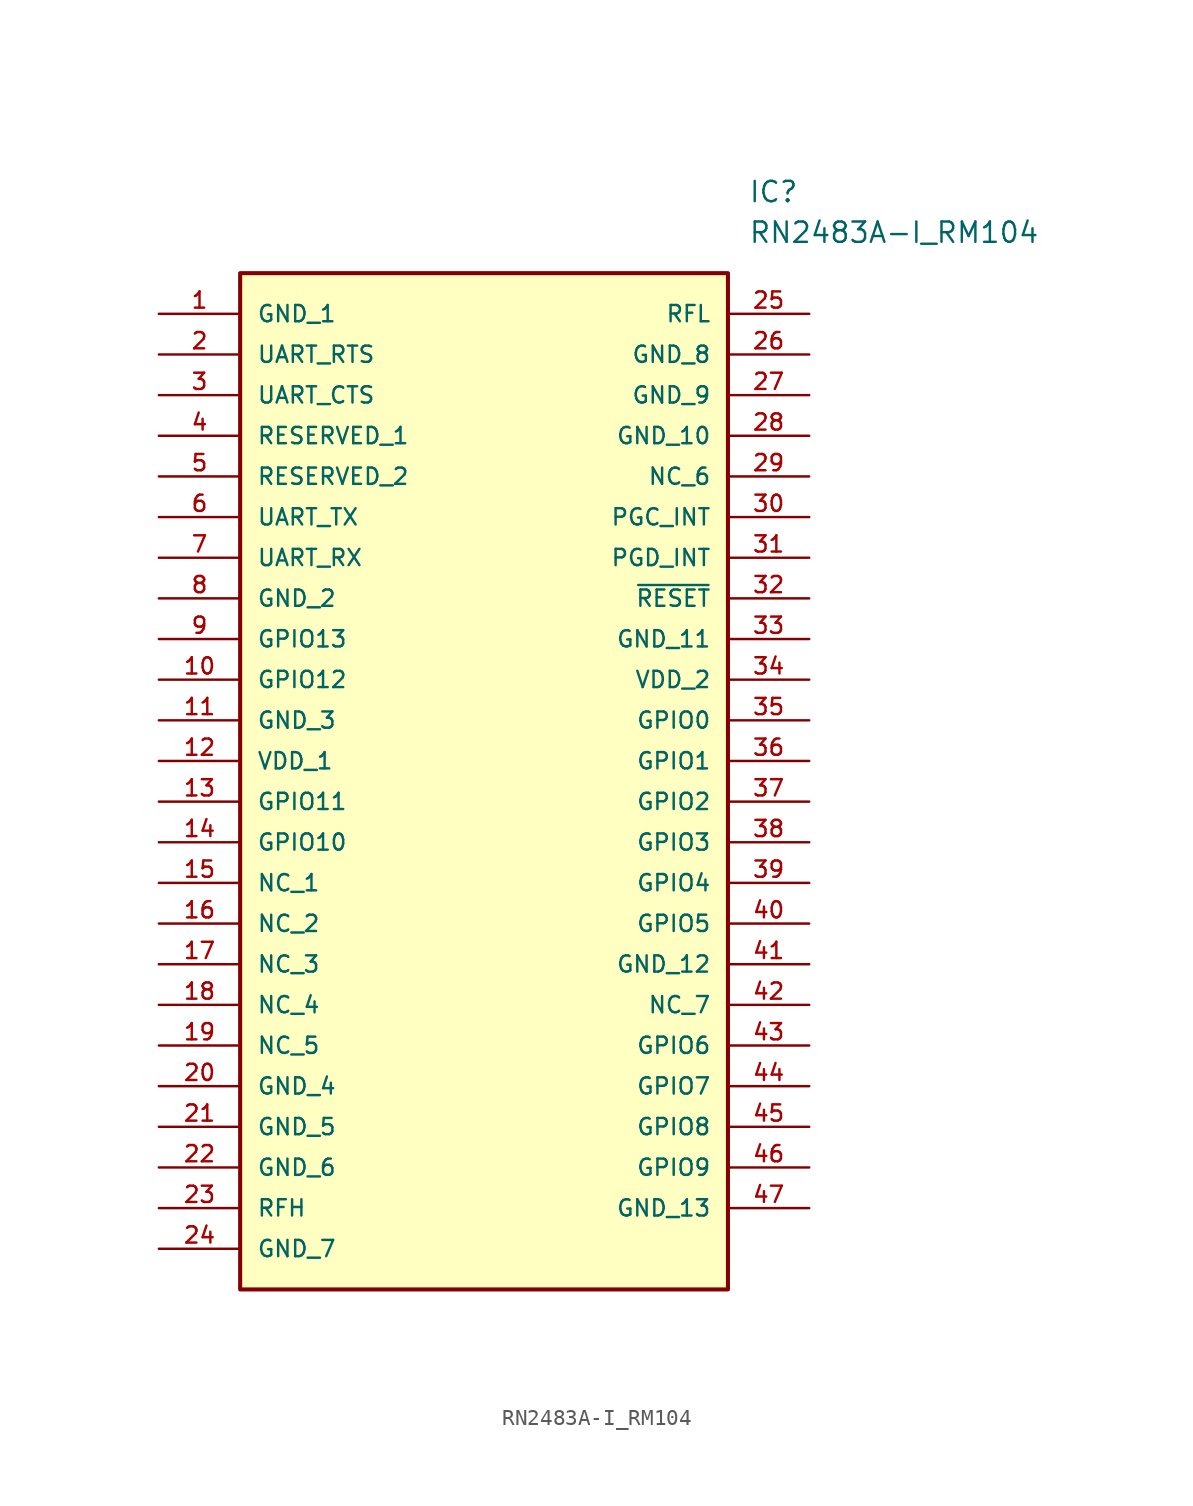
<source format=kicad_sym>
(kicad_symbol_lib
  (version 20211014)
  (generator kicad_symbol_editor)
  (symbol "RN2483A-I_RM104"
    (pin_names
      (offset 1.016))
    (property "Reference" "IC"
      (at 36.83 7.62 0)
      (effects (font (size 1.27 1.27)) (justify left)))
    (property "Value" "RN2483A-I_RM104"
      (at 36.83 5.08 0)
      (effects (font (size 1.27 1.27)) (justify left)))
    (symbol "RN2483A-I_RM104_0_0"
      (rectangle (start 5.08 -60.96) (end 35.56 2.54) (stroke (width 0.254)) (fill (type background)))
      (pin bidirectional line (at 0.0 0.0 0) (length 5.08) (name "GND_1" (effects (font (size 1.016 1.016)))) (number "1" (effects (font (size 1.016 1.016)))))
      (pin bidirectional line (at 0.0 -2.54 0) (length 5.08) (name "UART_RTS" (effects (font (size 1.016 1.016)))) (number "2" (effects (font (size 1.016 1.016)))))
      (pin bidirectional line (at 0.0 -5.08 0) (length 5.08) (name "UART_CTS" (effects (font (size 1.016 1.016)))) (number "3" (effects (font (size 1.016 1.016)))))
      (pin bidirectional line (at 0.0 -7.62 0) (length 5.08) (name "RESERVED_1" (effects (font (size 1.016 1.016)))) (number "4" (effects (font (size 1.016 1.016)))))
      (pin bidirectional line (at 0.0 -10.16 0) (length 5.08) (name "RESERVED_2" (effects (font (size 1.016 1.016)))) (number "5" (effects (font (size 1.016 1.016)))))
      (pin bidirectional line (at 0.0 -12.7 0) (length 5.08) (name "UART_TX" (effects (font (size 1.016 1.016)))) (number "6" (effects (font (size 1.016 1.016)))))
      (pin bidirectional line (at 0.0 -15.24 0) (length 5.08) (name "UART_RX" (effects (font (size 1.016 1.016)))) (number "7" (effects (font (size 1.016 1.016)))))
      (pin bidirectional line (at 0.0 -17.78 0) (length 5.08) (name "GND_2" (effects (font (size 1.016 1.016)))) (number "8" (effects (font (size 1.016 1.016)))))
      (pin bidirectional line (at 0.0 -20.32 0) (length 5.08) (name "GPIO13" (effects (font (size 1.016 1.016)))) (number "9" (effects (font (size 1.016 1.016)))))
      (pin bidirectional line (at 0.0 -22.86 0) (length 5.08) (name "GPIO12" (effects (font (size 1.016 1.016)))) (number "10" (effects (font (size 1.016 1.016)))))
      (pin bidirectional line (at 0.0 -25.4 0) (length 5.08) (name "GND_3" (effects (font (size 1.016 1.016)))) (number "11" (effects (font (size 1.016 1.016)))))
      (pin bidirectional line (at 0.0 -27.94 0) (length 5.08) (name "VDD_1" (effects (font (size 1.016 1.016)))) (number "12" (effects (font (size 1.016 1.016)))))
      (pin bidirectional line (at 0.0 -30.48 0) (length 5.08) (name "GPIO11" (effects (font (size 1.016 1.016)))) (number "13" (effects (font (size 1.016 1.016)))))
      (pin bidirectional line (at 0.0 -33.02 0) (length 5.08) (name "GPIO10" (effects (font (size 1.016 1.016)))) (number "14" (effects (font (size 1.016 1.016)))))
      (pin bidirectional line (at 0.0 -35.56 0) (length 5.08) (name "NC_1" (effects (font (size 1.016 1.016)))) (number "15" (effects (font (size 1.016 1.016)))))
      (pin bidirectional line (at 0.0 -38.1 0) (length 5.08) (name "NC_2" (effects (font (size 1.016 1.016)))) (number "16" (effects (font (size 1.016 1.016)))))
      (pin bidirectional line (at 0.0 -40.64 0) (length 5.08) (name "NC_3" (effects (font (size 1.016 1.016)))) (number "17" (effects (font (size 1.016 1.016)))))
      (pin bidirectional line (at 0.0 -43.18 0) (length 5.08) (name "NC_4" (effects (font (size 1.016 1.016)))) (number "18" (effects (font (size 1.016 1.016)))))
      (pin bidirectional line (at 0.0 -45.72 0) (length 5.08) (name "NC_5" (effects (font (size 1.016 1.016)))) (number "19" (effects (font (size 1.016 1.016)))))
      (pin bidirectional line (at 0.0 -48.26 0) (length 5.08) (name "GND_4" (effects (font (size 1.016 1.016)))) (number "20" (effects (font (size 1.016 1.016)))))
      (pin bidirectional line (at 0.0 -50.8 0) (length 5.08) (name "GND_5" (effects (font (size 1.016 1.016)))) (number "21" (effects (font (size 1.016 1.016)))))
      (pin bidirectional line (at 0.0 -53.34 0) (length 5.08) (name "GND_6" (effects (font (size 1.016 1.016)))) (number "22" (effects (font (size 1.016 1.016)))))
      (pin bidirectional line (at 0.0 -55.88 0) (length 5.08) (name "RFH" (effects (font (size 1.016 1.016)))) (number "23" (effects (font (size 1.016 1.016)))))
      (pin bidirectional line (at 0.0 -58.42 0) (length 5.08) (name "GND_7" (effects (font (size 1.016 1.016)))) (number "24" (effects (font (size 1.016 1.016)))))
      (pin bidirectional line (at 40.64 0.0 180.0) (length 5.08) (name "RFL" (effects (font (size 1.016 1.016)))) (number "25" (effects (font (size 1.016 1.016)))))
      (pin bidirectional line (at 40.64 -2.54 180.0) (length 5.08) (name "GND_8" (effects (font (size 1.016 1.016)))) (number "26" (effects (font (size 1.016 1.016)))))
      (pin bidirectional line (at 40.64 -5.08 180.0) (length 5.08) (name "GND_9" (effects (font (size 1.016 1.016)))) (number "27" (effects (font (size 1.016 1.016)))))
      (pin bidirectional line (at 40.64 -7.62 180.0) (length 5.08) (name "GND_10" (effects (font (size 1.016 1.016)))) (number "28" (effects (font (size 1.016 1.016)))))
      (pin bidirectional line (at 40.64 -10.16 180.0) (length 5.08) (name "NC_6" (effects (font (size 1.016 1.016)))) (number "29" (effects (font (size 1.016 1.016)))))
      (pin bidirectional line (at 40.64 -12.7 180.0) (length 5.08) (name "PGC_INT" (effects (font (size 1.016 1.016)))) (number "30" (effects (font (size 1.016 1.016)))))
      (pin bidirectional line (at 40.64 -15.24 180.0) (length 5.08) (name "PGD_INT" (effects (font (size 1.016 1.016)))) (number "31" (effects (font (size 1.016 1.016)))))
      (pin bidirectional line (at 40.64 -17.78 180.0) (length 5.08) (name "~{RESET}" (effects (font (size 1.016 1.016)))) (number "32" (effects (font (size 1.016 1.016)))))
      (pin bidirectional line (at 40.64 -20.32 180.0) (length 5.08) (name "GND_11" (effects (font (size 1.016 1.016)))) (number "33" (effects (font (size 1.016 1.016)))))
      (pin bidirectional line (at 40.64 -22.86 180.0) (length 5.08) (name "VDD_2" (effects (font (size 1.016 1.016)))) (number "34" (effects (font (size 1.016 1.016)))))
      (pin bidirectional line (at 40.64 -25.4 180.0) (length 5.08) (name "GPIO0" (effects (font (size 1.016 1.016)))) (number "35" (effects (font (size 1.016 1.016)))))
      (pin bidirectional line (at 40.64 -27.94 180.0) (length 5.08) (name "GPIO1" (effects (font (size 1.016 1.016)))) (number "36" (effects (font (size 1.016 1.016)))))
      (pin bidirectional line (at 40.64 -30.48 180.0) (length 5.08) (name "GPIO2" (effects (font (size 1.016 1.016)))) (number "37" (effects (font (size 1.016 1.016)))))
      (pin bidirectional line (at 40.64 -33.02 180.0) (length 5.08) (name "GPIO3" (effects (font (size 1.016 1.016)))) (number "38" (effects (font (size 1.016 1.016)))))
      (pin bidirectional line (at 40.64 -35.56 180.0) (length 5.08) (name "GPIO4" (effects (font (size 1.016 1.016)))) (number "39" (effects (font (size 1.016 1.016)))))
      (pin bidirectional line (at 40.64 -38.1 180.0) (length 5.08) (name "GPIO5" (effects (font (size 1.016 1.016)))) (number "40" (effects (font (size 1.016 1.016)))))
      (pin bidirectional line (at 40.64 -40.64 180.0) (length 5.08) (name "GND_12" (effects (font (size 1.016 1.016)))) (number "41" (effects (font (size 1.016 1.016)))))
      (pin bidirectional line (at 40.64 -43.18 180.0) (length 5.08) (name "NC_7" (effects (font (size 1.016 1.016)))) (number "42" (effects (font (size 1.016 1.016)))))
      (pin bidirectional line (at 40.64 -45.72 180.0) (length 5.08) (name "GPIO6" (effects (font (size 1.016 1.016)))) (number "43" (effects (font (size 1.016 1.016)))))
      (pin bidirectional line (at 40.64 -48.26 180.0) (length 5.08) (name "GPIO7" (effects (font (size 1.016 1.016)))) (number "44" (effects (font (size 1.016 1.016)))))
      (pin bidirectional line (at 40.64 -50.8 180.0) (length 5.08) (name "GPIO8" (effects (font (size 1.016 1.016)))) (number "45" (effects (font (size 1.016 1.016)))))
      (pin bidirectional line (at 40.64 -53.34 180.0) (length 5.08) (name "GPIO9" (effects (font (size 1.016 1.016)))) (number "46" (effects (font (size 1.016 1.016)))))
      (pin bidirectional line (at 40.64 -55.88 180.0) (length 5.08) (name "GND_13" (effects (font (size 1.016 1.016)))) (number "47" (effects (font (size 1.016 1.016))))))))
</source>
